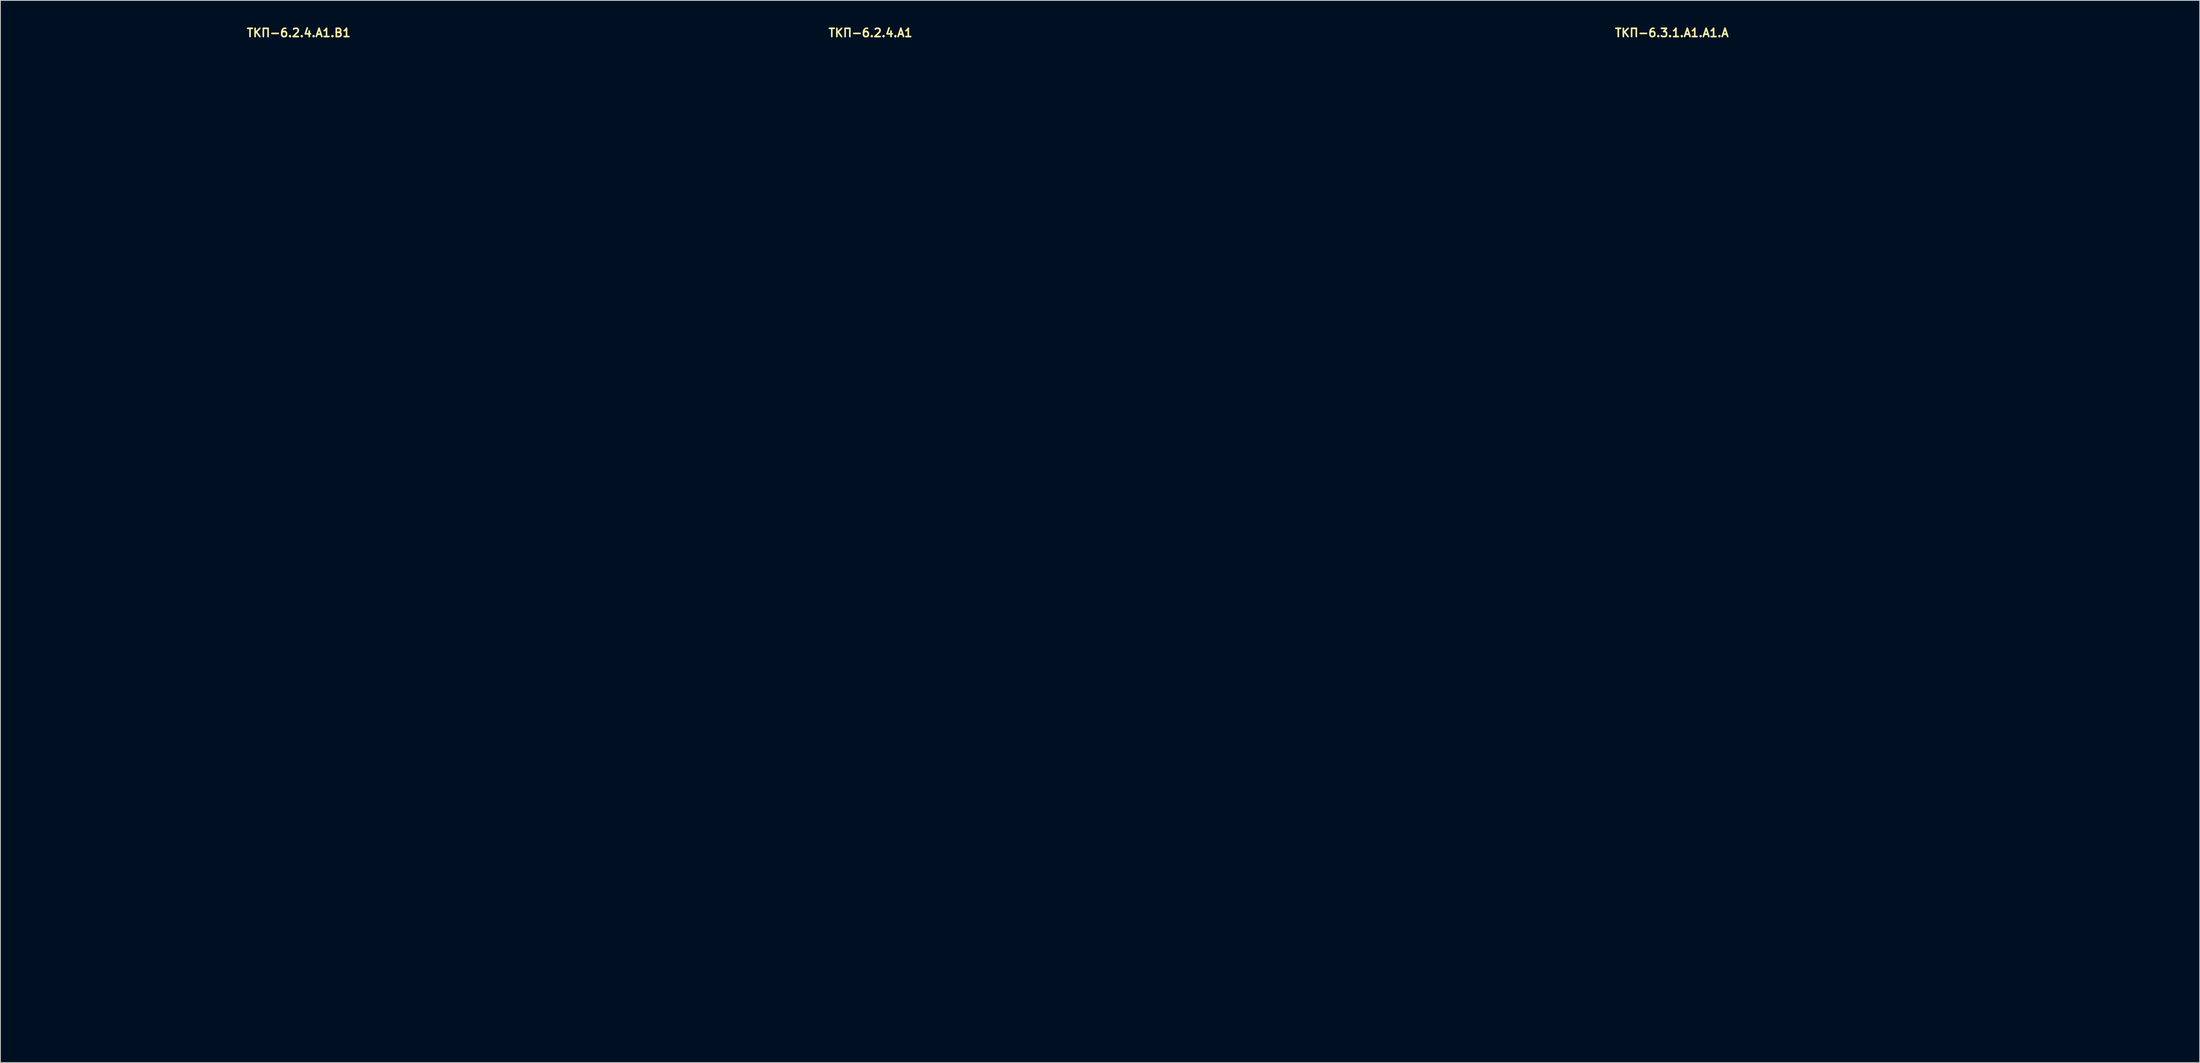
<source format=kicad_pcb>
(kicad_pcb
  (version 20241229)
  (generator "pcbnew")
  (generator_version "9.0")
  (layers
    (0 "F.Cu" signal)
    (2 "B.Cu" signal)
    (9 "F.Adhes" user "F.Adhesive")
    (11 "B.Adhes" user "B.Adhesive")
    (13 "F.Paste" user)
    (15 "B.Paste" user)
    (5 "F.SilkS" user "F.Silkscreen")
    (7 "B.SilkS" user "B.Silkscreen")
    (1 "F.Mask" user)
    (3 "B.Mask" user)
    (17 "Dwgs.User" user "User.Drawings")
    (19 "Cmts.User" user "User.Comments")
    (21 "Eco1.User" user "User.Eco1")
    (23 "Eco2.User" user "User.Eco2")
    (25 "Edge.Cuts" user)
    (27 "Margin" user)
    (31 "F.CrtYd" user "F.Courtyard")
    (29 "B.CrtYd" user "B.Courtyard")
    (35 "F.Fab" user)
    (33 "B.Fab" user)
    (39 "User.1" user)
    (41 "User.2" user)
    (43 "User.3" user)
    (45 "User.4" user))
  (footprint "ТКП-6.2.4.A1"
    (layer "F.Cu")
    (at 102.6 62.277)
    (property "Reference" "ТКП-6.2.4.A1" (at 0 -61.341 0) (layer "F.SilkS") (effects (font (size 1 1) (thickness 0.2))))
    (attr through_hole)
    (fp_line (start -33 -57.4) (end -33 57.4) (stroke (width 0.4) (type solid)) (layer "Eco1.User"))
    (fp_line (start -29.9 -60.5) (end 29.9 -60.5) (stroke (width 0.4) (type solid)) (layer "Eco1.User"))
    (fp_line (start -29.9 60.5) (end 29.9 60.5) (stroke (width 0.4) (type solid)) (layer "Eco1.User"))
    (fp_line (start 33 -57.4) (end 33 57.4) (stroke (width 0.4) (type solid)) (layer "Eco1.User"))
    (fp_arc (start -33 -57.4) (mid -32.092031 -59.592031) (end -29.9 -60.5) (stroke (width 0.4) (type solid)) (layer "Eco1.User"))
    (fp_arc (start -29.9 60.5) (mid -32.092031 59.592031) (end -33 57.4) (stroke (width 0.4) (type solid)) (layer "Eco1.User"))
    (fp_arc (start 29.9 -60.5) (mid 32.092031 -59.592031) (end 33 -57.4) (stroke (width 0.4) (type solid)) (layer "Eco1.User"))
    (fp_arc (start 33 57.4) (mid 32.092031 59.592031) (end 29.9 60.5) (stroke (width 0.4) (type solid)) (layer "Eco1.User"))
    (fp_circle (center -24.57 -52.07) (end -23.07 -52.07) (stroke (width 0.4) (type solid)) (fill no) (layer "Eco1.User"))
    (fp_circle (center -24.57 52.07) (end -23.07 52.07) (stroke (width 0.4) (type solid)) (fill no) (layer "Eco1.User"))
    (fp_circle (center 24.57 -52.07) (end 26.07 -52.07) (stroke (width 0.4) (type solid)) (fill no) (layer "Eco1.User"))
    (fp_circle (center 24.57 52.07) (end 26.07 52.07) (stroke (width 0.4) (type solid)) (fill no) (layer "Eco1.User")))
  (footprint "ТКП-6.3.1.A1.A1.A"
    (layer "F.Cu")
    (at 199.87 58.34)
    (property "Reference" "ТКП-6.3.1.A1.A1.A" (at 0 -57.404 0) (layer "F.SilkS") (effects (font (size 1 1) (thickness 0.2))))
    (attr through_hole)
    (fp_line (start -60.87 -54.58) (end -60.87 54.58) (stroke (width 0.4) (type solid)) (layer "Eco2.User"))
    (fp_line (start -60.87 -54.58) (end -58.87 -54.58) (stroke (width 0.4) (type solid)) (layer "Eco2.User"))
    (fp_line (start -60.87 54.58) (end -58.87 54.58) (stroke (width 0.4) (type solid)) (layer "Eco2.User"))
    (fp_line (start -58.87 -56.58) (end -58.87 -54.58) (stroke (width 0.4) (type solid)) (layer "Eco2.User"))
    (fp_line (start -58.87 -56.58) (end -32.57 -56.58) (stroke (width 0.4) (type solid)) (layer "Eco2.User"))
    (fp_line (start -58.87 54.58) (end -58.87 56.58) (stroke (width 0.4) (type solid)) (layer "Eco2.User"))
    (fp_line (start -58.87 56.58) (end -32.57 56.58) (stroke (width 0.4) (type solid)) (layer "Eco2.User"))
    (fp_line (start -31.97 -56.58) (end -31.97 56.58) (stroke (width 0.4) (type solid)) (layer "Eco2.User"))
    (fp_line (start -31.97 -56.58) (end -30.97 -56.58) (stroke (width 0.4) (type solid)) (layer "Eco2.User"))
    (fp_line (start -31.97 56.58) (end -30.97 56.58) (stroke (width 0.4) (type solid)) (layer "Eco2.User"))
    (fp_line (start -30.97 -56.58) (end -30.97 56.58) (stroke (width 0.4) (type solid)) (layer "Eco2.User"))
    (fp_line (start -30.97 -54.58) (end -29.97 -54.58) (stroke (width 0.4) (type solid)) (layer "Eco2.User"))
    (fp_line (start -30.97 54.58) (end -29.97 54.58) (stroke (width 0.4) (type solid)) (layer "Eco2.User"))
    (fp_line (start -30.77 -56.58) (end -30.77 -55.58) (stroke (width 0.4) (type solid)) (layer "Eco2.User"))
    (fp_line (start -30.77 -56.58) (end 30.77 -56.58) (stroke (width 0.4) (type solid)) (layer "Eco2.User"))
    (fp_line (start -30.77 -55.58) (end 30.77 -55.58) (stroke (width 0.4) (type solid)) (layer "Eco2.User"))
    (fp_line (start -30.77 55.58) (end -30.77 56.58) (stroke (width 0.4) (type solid)) (layer "Eco2.User"))
    (fp_line (start -30.77 55.58) (end 30.77 55.58) (stroke (width 0.4) (type solid)) (layer "Eco2.User"))
    (fp_line (start -30.77 56.58) (end 30.77 56.58) (stroke (width 0.4) (type solid)) (layer "Eco2.User"))
    (fp_line (start -29.97 -55.58) (end -29.97 -54.58) (stroke (width 0.4) (type solid)) (layer "Eco2.User"))
    (fp_line (start -29.97 54.58) (end -29.97 55.58) (stroke (width 0.4) (type solid)) (layer "Eco2.User"))
    (fp_line (start -29.12 -55.58) (end -29.12 -54.08) (stroke (width 0.4) (type solid)) (layer "Eco2.User"))
    (fp_line (start -29.12 -54.08) (end -22.82 -54.08) (stroke (width 0.4) (type solid)) (layer "Eco2.User"))
    (fp_line (start -29.12 55.58) (end -29.12 54.08) (stroke (width 0.4) (type solid)) (layer "Eco2.User"))
    (fp_line (start -22.82 -55.58) (end -22.82 -54.08) (stroke (width 0.4) (type solid)) (layer "Eco2.User"))
    (fp_line (start -22.82 54.08) (end -29.12 54.08) (stroke (width 0.4) (type solid)) (layer "Eco2.User"))
    (fp_line (start -22.82 55.58) (end -22.82 54.08) (stroke (width 0.4) (type solid)) (layer "Eco2.User"))
    (fp_line (start -21.17 -56.58) (end -21.17 -55.58) (stroke (width 0.4) (type solid)) (layer "Eco2.User"))
    (fp_line (start -21.17 55.58) (end -21.17 56.58) (stroke (width 0.4) (type solid)) (layer "Eco2.User"))
    (fp_line (start 21.17 -56.58) (end 21.17 -55.58) (stroke (width 0.4) (type solid)) (layer "Eco2.User"))
    (fp_line (start 21.17 55.58) (end 21.17 56.58) (stroke (width 0.4) (type solid)) (layer "Eco2.User"))
    (fp_line (start 22.82 -55.58) (end 22.82 -54.08) (stroke (width 0.4) (type solid)) (layer "Eco2.User"))
    (fp_line (start 22.82 -54.08) (end 29.12 -54.08) (stroke (width 0.4) (type solid)) (layer "Eco2.User"))
    (fp_line (start 22.82 55.58) (end 22.82 54.08) (stroke (width 0.4) (type solid)) (layer "Eco2.User"))
    (fp_line (start 29.12 -55.58) (end 29.12 -54.08) (stroke (width 0.4) (type solid)) (layer "Eco2.User"))
    (fp_line (start 29.12 54.08) (end 22.82 54.08) (stroke (width 0.4) (type solid)) (layer "Eco2.User"))
    (fp_line (start 29.12 55.58) (end 29.12 54.08) (stroke (width 0.4) (type solid)) (layer "Eco2.User"))
    (fp_line (start 29.97 -55.58) (end 29.97 -54.58) (stroke (width 0.4) (type solid)) (layer "Eco2.User"))
    (fp_line (start 29.97 -54.58) (end 30.97 -54.58) (stroke (width 0.4) (type solid)) (layer "Eco2.User"))
    (fp_line (start 29.97 54.58) (end 29.97 55.58) (stroke (width 0.4) (type solid)) (layer "Eco2.User"))
    (fp_line (start 29.97 54.58) (end 30.97 54.58) (stroke (width 0.4) (type solid)) (layer "Eco2.User"))
    (fp_line (start 30.77 -56.58) (end 30.77 -55.58) (stroke (width 0.4) (type solid)) (layer "Eco2.User"))
    (fp_line (start 30.77 55.58) (end 30.77 56.58) (stroke (width 0.4) (type solid)) (layer "Eco2.User"))
    (fp_line (start 30.97 -56.58) (end 30.97 56.58) (stroke (width 0.4) (type solid)) (layer "Eco2.User"))
    (fp_line (start 30.97 -56.58) (end 31.97 -56.58) (stroke (width 0.4) (type solid)) (layer "Eco2.User"))
    (fp_line (start 30.97 56.58) (end 31.97 56.58) (stroke (width 0.4) (type solid)) (layer "Eco2.User"))
    (fp_line (start 31.97 -56.58) (end 31.97 56.58) (stroke (width 0.4) (type solid)) (layer "Eco2.User"))
    (fp_line (start 32.57 -56.58) (end 58.87 -56.58) (stroke (width 0.4) (type solid)) (layer "Eco2.User"))
    (fp_line (start 32.57 56.58) (end 58.87 56.58) (stroke (width 0.4) (type solid)) (layer "Eco2.User"))
    (fp_line (start 58.87 -56.58) (end 58.87 -54.58) (stroke (width 0.4) (type solid)) (layer "Eco2.User"))
    (fp_line (start 58.87 -54.58) (end 60.87 -54.58) (stroke (width 0.4) (type solid)) (layer "Eco2.User"))
    (fp_line (start 58.87 54.58) (end 58.87 56.58) (stroke (width 0.4) (type solid)) (layer "Eco2.User"))
    (fp_line (start 58.87 54.58) (end 60.87 54.58) (stroke (width 0.4) (type solid)) (layer "Eco2.User"))
    (fp_line (start 60.87 -54.58) (end 60.87 54.58) (stroke (width 0.4) (type solid)) (layer "Eco2.User"))
    (fp_arc (start -60.87 -54.58) (mid -60.284214 -55.994214) (end -58.87 -56.58) (stroke (width 0.4) (type solid)) (layer "Eco2.User"))
    (fp_arc (start -59.87 -54.58) (mid -59.577107 -55.287107) (end -58.87 -55.58) (stroke (width 0.4) (type solid)) (layer "Eco2.User"))
    (fp_arc (start -58.87 55.58) (mid -59.577107 55.287107) (end -59.87 54.58) (stroke (width 0.4) (type solid)) (layer "Eco2.User"))
    (fp_arc (start -58.87 56.58) (mid -60.284214 55.994214) (end -60.87 54.58) (stroke (width 0.4) (type solid)) (layer "Eco2.User"))
    (fp_arc (start -32.57 -56.58) (mid -32.145736 -56.404264) (end -31.97 -55.98) (stroke (width 0.4) (type solid)) (layer "Eco2.User"))
    (fp_arc (start -31.97 55.98) (mid -32.145736 56.404264) (end -32.57 56.58) (stroke (width 0.4) (type solid)) (layer "Eco2.User"))
    (fp_arc (start 31.97 -55.98) (mid 32.145736 -56.404264) (end 32.57 -56.58) (stroke (width 0.4) (type solid)) (layer "Eco2.User"))
    (fp_arc (start 32.57 56.58) (mid 32.145736 56.404264) (end 31.97 55.98) (stroke (width 0.4) (type solid)) (layer "Eco2.User"))
    (fp_arc (start 58.87 -56.58) (mid 60.284214 -55.994214) (end 60.87 -54.58) (stroke (width 0.4) (type solid)) (layer "Eco2.User"))
    (fp_arc (start 58.87 -55.58) (mid 59.577107 -55.287107) (end 59.87 -54.58) (stroke (width 0.4) (type solid)) (layer "Eco2.User"))
    (fp_arc (start 59.87 54.58) (mid 59.577107 55.287107) (end 58.87 55.58) (stroke (width 0.4) (type solid)) (layer "Eco2.User"))
    (fp_arc (start 60.87 54.58) (mid 60.284214 55.994214) (end 58.87 56.58) (stroke (width 0.4) (type solid)) (layer "Eco2.User"))
    (fp_circle (center -43.57 1.27) (end -37.57 1.27) (stroke (width 0.4) (type solid)) (fill no) (layer "Eco2.User"))
    (fp_circle (center 43.57 1.27) (end 49.57 1.27) (stroke (width 0.4) (type solid)) (fill no) (layer "Eco2.User")))
  (footprint "ТКП-6.2.4.A1.B1"
    (layer "F.Cu")
    (at 33.2 62.277)
    (property "Reference" "ТКП-6.2.4.A1.B1" (at 0 -61.341 0) (layer "F.SilkS") (effects (font (size 1 1) (thickness 0.2))))
    (attr through_hole)
    (fp_line (start -33 -57.4) (end -33 57.4) (stroke (width 0.4) (type solid)) (layer "Eco1.User"))
    (fp_line (start -29.9 -60.5) (end 29.9 -60.5) (stroke (width 0.4) (type solid)) (layer "Eco1.User"))
    (fp_line (start -29.9 60.5) (end 29.9 60.5) (stroke (width 0.4) (type solid)) (layer "Eco1.User"))
    (fp_line (start 33 -57.4) (end 33 57.4) (stroke (width 0.4) (type solid)) (layer "Eco1.User"))
    (fp_arc (start -33 -57.4) (mid -32.092031 -59.592031) (end -29.9 -60.5) (stroke (width 0.4) (type solid)) (layer "Eco1.User"))
    (fp_arc (start -29.9 60.5) (mid -32.092031 59.592031) (end -33 57.4) (stroke (width 0.4) (type solid)) (layer "Eco1.User"))
    (fp_arc (start 29.9 -60.5) (mid 32.092031 -59.592031) (end 33 -57.4) (stroke (width 0.4) (type solid)) (layer "Eco1.User"))
    (fp_arc (start 33 57.4) (mid 32.092031 59.592031) (end 29.9 60.5) (stroke (width 0.4) (type solid)) (layer "Eco1.User"))
    (fp_circle (center -24.57 -52.07) (end -23.07 -52.07) (stroke (width 0.4) (type solid)) (fill no) (layer "Eco1.User"))
    (fp_circle (center -24.57 -1.27) (end -23.07 -1.27) (stroke (width 0.4) (type solid)) (fill no) (layer "Eco1.User"))
    (fp_circle (center -24.57 52.07) (end -23.07 52.07) (stroke (width 0.4) (type solid)) (fill no) (layer "Eco1.User"))
    (fp_circle (center -15.24 -31.55) (end -11.64 -31.55) (stroke (width 0.4) (type solid)) (fill no) (layer "Eco1.User"))
    (fp_circle (center 0 35.56) (end 6 35.56) (stroke (width 0.4) (type solid)) (fill no) (layer "Eco1.User"))
    (fp_circle (center 0 52.07) (end 2.65 52.07) (stroke (width 0.4) (type solid)) (fill no) (layer "Eco1.User"))
    (fp_circle (center 15.24 -31.55) (end 18.84 -31.55) (stroke (width 0.4) (type solid)) (fill no) (layer "Eco1.User"))
    (fp_circle (center 24.57 -52.07) (end 26.07 -52.07) (stroke (width 0.4) (type solid)) (fill no) (layer "Eco1.User"))
    (fp_circle (center 24.57 -1.27) (end 26.07 -1.27) (stroke (width 0.4) (type solid)) (fill no) (layer "Eco1.User"))
    (fp_circle (center 24.57 52.07) (end 26.07 52.07) (stroke (width 0.4) (type solid)) (fill no) (layer "Eco1.User")))
  (gr_rect
    (start -3 -3)
    (end 263.94 125.977)
    (stroke (width 0.1) (type default))
    (fill no)
    (layer "Edge.Cuts")))
</source>
